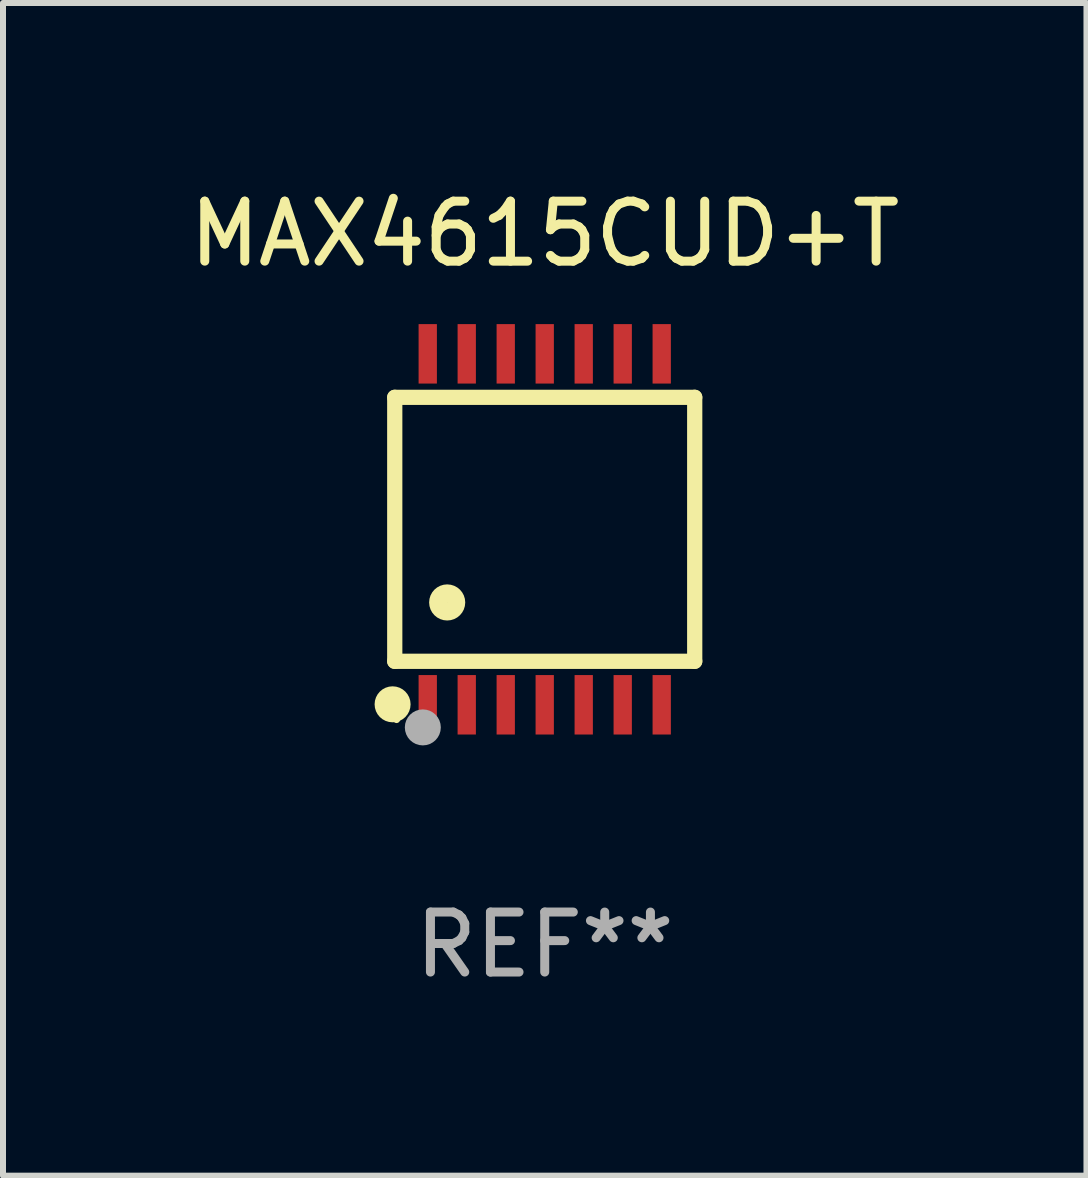
<source format=kicad_pcb>
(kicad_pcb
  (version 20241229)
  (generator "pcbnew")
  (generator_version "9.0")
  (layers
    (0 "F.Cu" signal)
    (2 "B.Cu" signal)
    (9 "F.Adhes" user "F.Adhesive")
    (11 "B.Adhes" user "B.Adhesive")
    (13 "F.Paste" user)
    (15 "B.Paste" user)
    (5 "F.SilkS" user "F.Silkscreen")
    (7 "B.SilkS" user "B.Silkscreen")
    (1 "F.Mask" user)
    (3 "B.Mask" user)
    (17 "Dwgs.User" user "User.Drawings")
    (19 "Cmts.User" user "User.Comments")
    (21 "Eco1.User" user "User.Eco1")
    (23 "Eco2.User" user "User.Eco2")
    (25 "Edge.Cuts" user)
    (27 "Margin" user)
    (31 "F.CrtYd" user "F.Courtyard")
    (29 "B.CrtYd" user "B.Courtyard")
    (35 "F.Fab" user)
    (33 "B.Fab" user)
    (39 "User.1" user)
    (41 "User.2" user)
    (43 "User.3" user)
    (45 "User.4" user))
  (footprint "MAX4615CUD+T"
    (layer "F.Cu")
    (at 6.03 5.773)
    (property "Reference" "MAX4615CUD+T" (at 0 -4.925 0) (layer "F.SilkS") (effects (font (size 1 1) (thickness 0.15))))
    (attr through_hole)
    (fp_line (start -2.5 2.2) (end -2.5 -2.2) (stroke (width 0.254) (type solid)) (layer "F.SilkS"))
    (fp_line (start -2.5 2.2) (end 2.5 2.2) (stroke (width 0.254) (type solid)) (layer "F.SilkS"))
    (fp_line (start 2.5 -2.2) (end -2.5 -2.2) (stroke (width 0.254) (type solid)) (layer "F.SilkS"))
    (fp_line (start 2.5 -2.2) (end 2.5 2.2) (stroke (width 0.254) (type solid)) (layer "F.SilkS"))
    (fp_circle (center -2.536 2.917) (end -2.386 2.917) (stroke (width 0.3) (type solid)) (fill no) (layer "F.SilkS"))
    (fp_circle (center -2.47 3.17) (end -2.44 3.17) (stroke (width 0.06) (type solid)) (fill no) (layer "F.SilkS"))
    (fp_circle (center -1.626 1.219) (end -1.475 1.219) (stroke (width 0.3) (type solid)) (fill no) (layer "F.SilkS"))
    (fp_circle (center -2.032 3.302) (end -1.882 3.302) (stroke (width 0.3) (type solid)) (fill no) (layer "F.Fab"))
    (fp_text user "REF**" (at 0 6.925 0) (layer "F.Fab") (effects (font (size 1 1) (thickness 0.15))))
    (pad "1" smd rect (at -1.95 2.925) (size 0.305 0.991) (layers "F.Cu" "F.Mask" "F.Paste"))
    (pad "2" smd rect (at -1.3 2.925) (size 0.305 0.991) (layers "F.Cu" "F.Mask" "F.Paste"))
    (pad "3" smd rect (at -0.65 2.925) (size 0.305 0.991) (layers "F.Cu" "F.Mask" "F.Paste"))
    (pad "4" smd rect (at 0 2.925) (size 0.305 0.991) (layers "F.Cu" "F.Mask" "F.Paste"))
    (pad "5" smd rect (at 0.65 2.925) (size 0.305 0.991) (layers "F.Cu" "F.Mask" "F.Paste"))
    (pad "6" smd rect (at 1.3 2.925) (size 0.305 0.991) (layers "F.Cu" "F.Mask" "F.Paste"))
    (pad "7" smd rect (at 1.95 2.925) (size 0.305 0.991) (layers "F.Cu" "F.Mask" "F.Paste"))
    (pad "8" smd rect (at 1.95 -2.925) (size 0.305 0.991) (layers "F.Cu" "F.Mask" "F.Paste"))
    (pad "9" smd rect (at 1.3 -2.925) (size 0.305 0.991) (layers "F.Cu" "F.Mask" "F.Paste"))
    (pad "10" smd rect (at 0.65 -2.925) (size 0.305 0.991) (layers "F.Cu" "F.Mask" "F.Paste"))
    (pad "11" smd rect (at 0 -2.925) (size 0.305 0.991) (layers "F.Cu" "F.Mask" "F.Paste"))
    (pad "12" smd rect (at -0.65 -2.925) (size 0.305 0.991) (layers "F.Cu" "F.Mask" "F.Paste"))
    (pad "13" smd rect (at -1.3 -2.925) (size 0.305 0.991) (layers "F.Cu" "F.Mask" "F.Paste"))
    (pad "14" smd rect (at -1.95 -2.925) (size 0.305 0.991) (layers "F.Cu" "F.Mask" "F.Paste")))
  (gr_rect
    (start -3 -3)
    (end 15.06 16.547)
    (stroke (width 0.1) (type default))
    (fill no)
    (layer "Edge.Cuts")))
</source>
